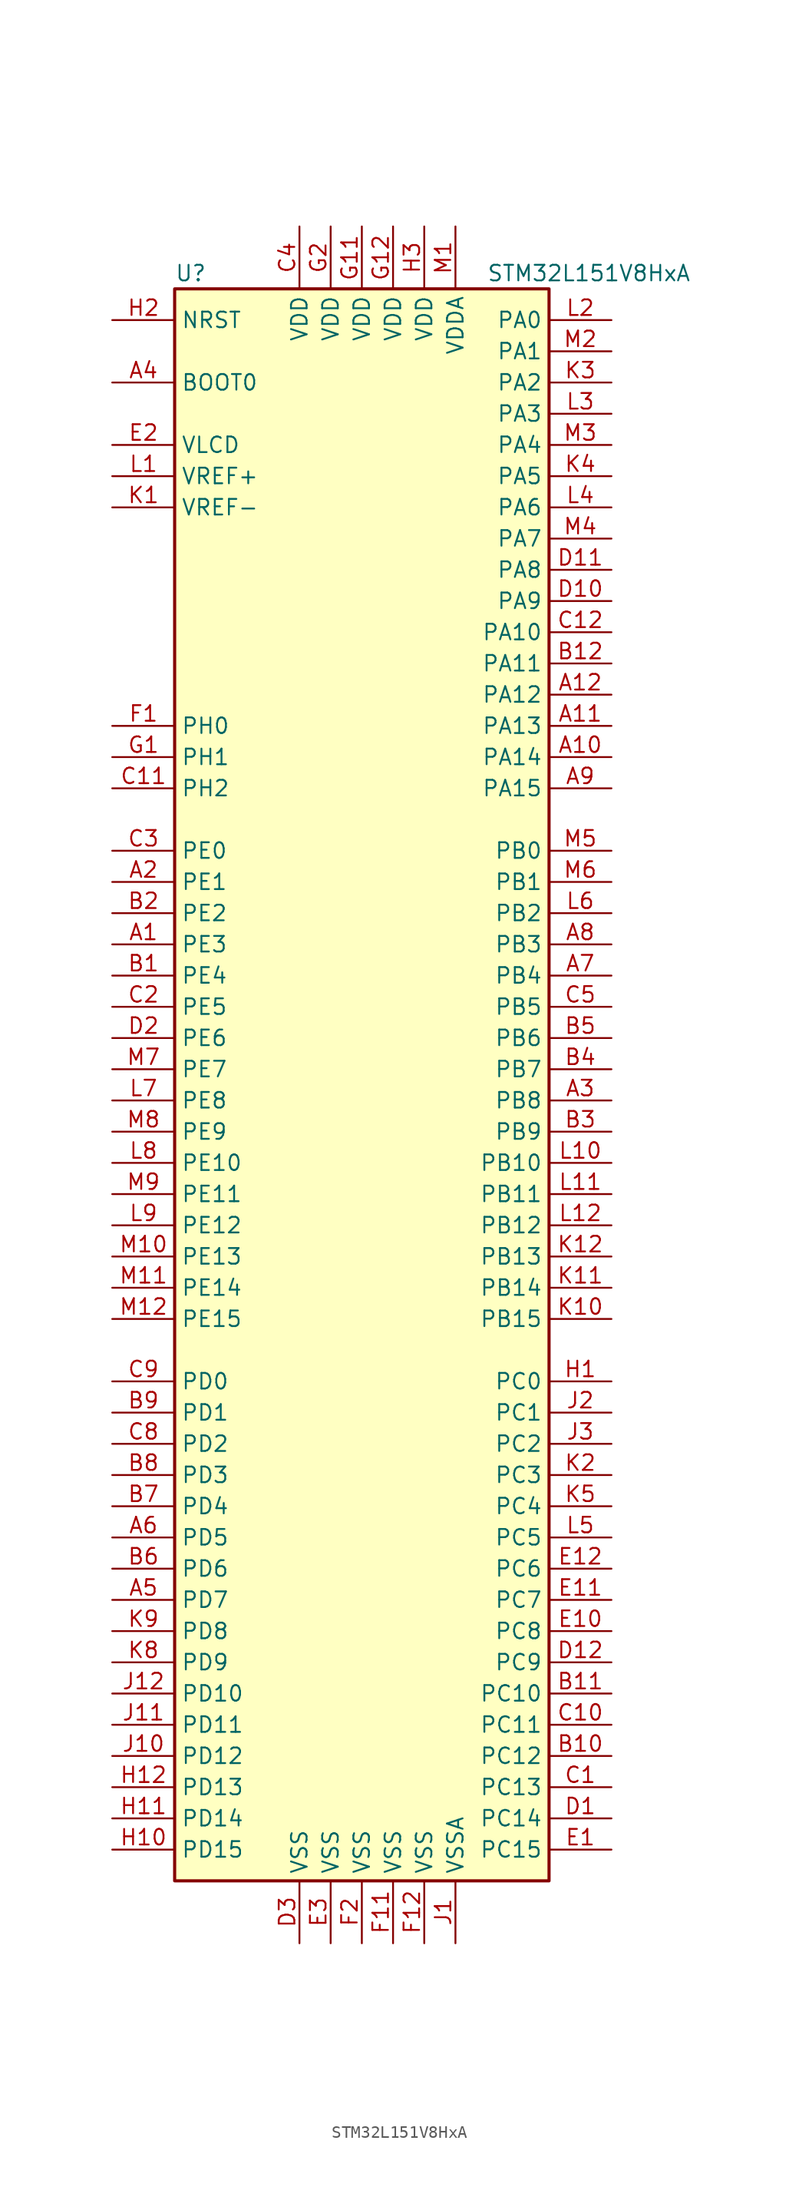
<source format=kicad_sym>
(kicad_symbol_lib
  (version 20211014)
  (generator kicad_symbol_editor)
  (symbol "STM32L151V8HxA"
    (property "Reference" "U"
      (at -15.24 64.77 0)
      (effects (font (size 1.27 1.27)) (justify left)))
    (property "Value" "STM32L151V8HxA"
      (at 10.16 64.77 0)
      (effects (font (size 1.27 1.27)) (justify left)))
    (symbol "STM32L151V8HxA_0_1"
      (rectangle (start -15.24 -66.04) (end 15.24 63.5) (stroke (width 0.254) (type default) (color 0 0 0 0)) (fill (type background))))
    (symbol "STM32L151V8HxA_1_1"
      (pin bidirectional line (at -20.32 10.16 0) (length 5.08) (name "PE3" (effects (font (size 1.27 1.27)))) (number "A1" (effects (font (size 1.27 1.27)))))
      (pin bidirectional line (at 20.32 25.4 180) (length 5.08) (name "PA14" (effects (font (size 1.27 1.27)))) (number "A10" (effects (font (size 1.27 1.27)))))
      (pin bidirectional line (at 20.32 27.94 180) (length 5.08) (name "PA13" (effects (font (size 1.27 1.27)))) (number "A11" (effects (font (size 1.27 1.27)))))
      (pin bidirectional line (at 20.32 30.48 180) (length 5.08) (name "PA12" (effects (font (size 1.27 1.27)))) (number "A12" (effects (font (size 1.27 1.27)))))
      (pin bidirectional line (at -20.32 15.24 0) (length 5.08) (name "PE1" (effects (font (size 1.27 1.27)))) (number "A2" (effects (font (size 1.27 1.27)))))
      (pin bidirectional line (at 20.32 -2.54 180) (length 5.08) (name "PB8" (effects (font (size 1.27 1.27)))) (number "A3" (effects (font (size 1.27 1.27)))))
      (pin input line (at -20.32 55.88 0) (length 5.08) (name "BOOT0" (effects (font (size 1.27 1.27)))) (number "A4" (effects (font (size 1.27 1.27)))))
      (pin bidirectional line (at -20.32 -43.18 0) (length 5.08) (name "PD7" (effects (font (size 1.27 1.27)))) (number "A5" (effects (font (size 1.27 1.27)))))
      (pin bidirectional line (at -20.32 -38.1 0) (length 5.08) (name "PD5" (effects (font (size 1.27 1.27)))) (number "A6" (effects (font (size 1.27 1.27)))))
      (pin bidirectional line (at 20.32 7.62 180) (length 5.08) (name "PB4" (effects (font (size 1.27 1.27)))) (number "A7" (effects (font (size 1.27 1.27)))))
      (pin bidirectional line (at 20.32 10.16 180) (length 5.08) (name "PB3" (effects (font (size 1.27 1.27)))) (number "A8" (effects (font (size 1.27 1.27)))))
      (pin bidirectional line (at 20.32 22.86 180) (length 5.08) (name "PA15" (effects (font (size 1.27 1.27)))) (number "A9" (effects (font (size 1.27 1.27)))))
      (pin bidirectional line (at -20.32 7.62 0) (length 5.08) (name "PE4" (effects (font (size 1.27 1.27)))) (number "B1" (effects (font (size 1.27 1.27)))))
      (pin bidirectional line (at 20.32 -55.88 180) (length 5.08) (name "PC12" (effects (font (size 1.27 1.27)))) (number "B10" (effects (font (size 1.27 1.27)))))
      (pin bidirectional line (at 20.32 -50.8 180) (length 5.08) (name "PC10" (effects (font (size 1.27 1.27)))) (number "B11" (effects (font (size 1.27 1.27)))))
      (pin bidirectional line (at 20.32 33.02 180) (length 5.08) (name "PA11" (effects (font (size 1.27 1.27)))) (number "B12" (effects (font (size 1.27 1.27)))))
      (pin bidirectional line (at -20.32 12.7 0) (length 5.08) (name "PE2" (effects (font (size 1.27 1.27)))) (number "B2" (effects (font (size 1.27 1.27)))))
      (pin bidirectional line (at 20.32 -5.08 180) (length 5.08) (name "PB9" (effects (font (size 1.27 1.27)))) (number "B3" (effects (font (size 1.27 1.27)))))
      (pin bidirectional line (at 20.32 0 180) (length 5.08) (name "PB7" (effects (font (size 1.27 1.27)))) (number "B4" (effects (font (size 1.27 1.27)))))
      (pin bidirectional line (at 20.32 2.54 180) (length 5.08) (name "PB6" (effects (font (size 1.27 1.27)))) (number "B5" (effects (font (size 1.27 1.27)))))
      (pin bidirectional line (at -20.32 -40.64 0) (length 5.08) (name "PD6" (effects (font (size 1.27 1.27)))) (number "B6" (effects (font (size 1.27 1.27)))))
      (pin bidirectional line (at -20.32 -35.56 0) (length 5.08) (name "PD4" (effects (font (size 1.27 1.27)))) (number "B7" (effects (font (size 1.27 1.27)))))
      (pin bidirectional line (at -20.32 -33.02 0) (length 5.08) (name "PD3" (effects (font (size 1.27 1.27)))) (number "B8" (effects (font (size 1.27 1.27)))))
      (pin bidirectional line (at -20.32 -27.94 0) (length 5.08) (name "PD1" (effects (font (size 1.27 1.27)))) (number "B9" (effects (font (size 1.27 1.27)))))
      (pin bidirectional line (at 20.32 -58.42 180) (length 5.08) (name "PC13" (effects (font (size 1.27 1.27)))) (number "C1" (effects (font (size 1.27 1.27)))))
      (pin bidirectional line (at 20.32 -53.34 180) (length 5.08) (name "PC11" (effects (font (size 1.27 1.27)))) (number "C10" (effects (font (size 1.27 1.27)))))
      (pin bidirectional line (at -20.32 22.86 0) (length 5.08) (name "PH2" (effects (font (size 1.27 1.27)))) (number "C11" (effects (font (size 1.27 1.27)))))
      (pin bidirectional line (at 20.32 35.56 180) (length 5.08) (name "PA10" (effects (font (size 1.27 1.27)))) (number "C12" (effects (font (size 1.27 1.27)))))
      (pin bidirectional line (at -20.32 5.08 0) (length 5.08) (name "PE5" (effects (font (size 1.27 1.27)))) (number "C2" (effects (font (size 1.27 1.27)))))
      (pin bidirectional line (at -20.32 17.78 0) (length 5.08) (name "PE0" (effects (font (size 1.27 1.27)))) (number "C3" (effects (font (size 1.27 1.27)))))
      (pin power_in line (at -5.08 68.58 270) (length 5.08) (name "VDD" (effects (font (size 1.27 1.27)))) (number "C4" (effects (font (size 1.27 1.27)))))
      (pin bidirectional line (at 20.32 5.08 180) (length 5.08) (name "PB5" (effects (font (size 1.27 1.27)))) (number "C5" (effects (font (size 1.27 1.27)))))
      (pin bidirectional line (at -20.32 -30.48 0) (length 5.08) (name "PD2" (effects (font (size 1.27 1.27)))) (number "C8" (effects (font (size 1.27 1.27)))))
      (pin bidirectional line (at -20.32 -25.4 0) (length 5.08) (name "PD0" (effects (font (size 1.27 1.27)))) (number "C9" (effects (font (size 1.27 1.27)))))
      (pin bidirectional line (at 20.32 -60.96 180) (length 5.08) (name "PC14" (effects (font (size 1.27 1.27)))) (number "D1" (effects (font (size 1.27 1.27)))))
      (pin bidirectional line (at 20.32 38.1 180) (length 5.08) (name "PA9" (effects (font (size 1.27 1.27)))) (number "D10" (effects (font (size 1.27 1.27)))))
      (pin bidirectional line (at 20.32 40.64 180) (length 5.08) (name "PA8" (effects (font (size 1.27 1.27)))) (number "D11" (effects (font (size 1.27 1.27)))))
      (pin bidirectional line (at 20.32 -48.26 180) (length 5.08) (name "PC9" (effects (font (size 1.27 1.27)))) (number "D12" (effects (font (size 1.27 1.27)))))
      (pin bidirectional line (at -20.32 2.54 0) (length 5.08) (name "PE6" (effects (font (size 1.27 1.27)))) (number "D2" (effects (font (size 1.27 1.27)))))
      (pin power_in line (at -5.08 -71.12 90) (length 5.08) (name "VSS" (effects (font (size 1.27 1.27)))) (number "D3" (effects (font (size 1.27 1.27)))))
      (pin bidirectional line (at 20.32 -63.5 180) (length 5.08) (name "PC15" (effects (font (size 1.27 1.27)))) (number "E1" (effects (font (size 1.27 1.27)))))
      (pin bidirectional line (at 20.32 -45.72 180) (length 5.08) (name "PC8" (effects (font (size 1.27 1.27)))) (number "E10" (effects (font (size 1.27 1.27)))))
      (pin bidirectional line (at 20.32 -43.18 180) (length 5.08) (name "PC7" (effects (font (size 1.27 1.27)))) (number "E11" (effects (font (size 1.27 1.27)))))
      (pin bidirectional line (at 20.32 -40.64 180) (length 5.08) (name "PC6" (effects (font (size 1.27 1.27)))) (number "E12" (effects (font (size 1.27 1.27)))))
      (pin power_in line (at -20.32 50.8 0) (length 5.08) (name "VLCD" (effects (font (size 1.27 1.27)))) (number "E2" (effects (font (size 1.27 1.27)))))
      (pin power_in line (at -2.54 -71.12 90) (length 5.08) (name "VSS" (effects (font (size 1.27 1.27)))) (number "E3" (effects (font (size 1.27 1.27)))))
      (pin input line (at -20.32 27.94 0) (length 5.08) (name "PH0" (effects (font (size 1.27 1.27)))) (number "F1" (effects (font (size 1.27 1.27)))))
      (pin power_in line (at 2.54 -71.12 90) (length 5.08) (name "VSS" (effects (font (size 1.27 1.27)))) (number "F11" (effects (font (size 1.27 1.27)))))
      (pin power_in line (at 5.08 -71.12 90) (length 5.08) (name "VSS" (effects (font (size 1.27 1.27)))) (number "F12" (effects (font (size 1.27 1.27)))))
      (pin power_in line (at 0 -71.12 90) (length 5.08) (name "VSS" (effects (font (size 1.27 1.27)))) (number "F2" (effects (font (size 1.27 1.27)))))
      (pin input line (at -20.32 25.4 0) (length 5.08) (name "PH1" (effects (font (size 1.27 1.27)))) (number "G1" (effects (font (size 1.27 1.27)))))
      (pin power_in line (at 0 68.58 270) (length 5.08) (name "VDD" (effects (font (size 1.27 1.27)))) (number "G11" (effects (font (size 1.27 1.27)))))
      (pin power_in line (at 2.54 68.58 270) (length 5.08) (name "VDD" (effects (font (size 1.27 1.27)))) (number "G12" (effects (font (size 1.27 1.27)))))
      (pin power_in line (at -2.54 68.58 270) (length 5.08) (name "VDD" (effects (font (size 1.27 1.27)))) (number "G2" (effects (font (size 1.27 1.27)))))
      (pin bidirectional line (at 20.32 -25.4 180) (length 5.08) (name "PC0" (effects (font (size 1.27 1.27)))) (number "H1" (effects (font (size 1.27 1.27)))))
      (pin bidirectional line (at -20.32 -63.5 0) (length 5.08) (name "PD15" (effects (font (size 1.27 1.27)))) (number "H10" (effects (font (size 1.27 1.27)))))
      (pin bidirectional line (at -20.32 -60.96 0) (length 5.08) (name "PD14" (effects (font (size 1.27 1.27)))) (number "H11" (effects (font (size 1.27 1.27)))))
      (pin bidirectional line (at -20.32 -58.42 0) (length 5.08) (name "PD13" (effects (font (size 1.27 1.27)))) (number "H12" (effects (font (size 1.27 1.27)))))
      (pin input line (at -20.32 60.96 0) (length 5.08) (name "NRST" (effects (font (size 1.27 1.27)))) (number "H2" (effects (font (size 1.27 1.27)))))
      (pin power_in line (at 5.08 68.58 270) (length 5.08) (name "VDD" (effects (font (size 1.27 1.27)))) (number "H3" (effects (font (size 1.27 1.27)))))
      (pin power_in line (at 7.62 -71.12 90) (length 5.08) (name "VSSA" (effects (font (size 1.27 1.27)))) (number "J1" (effects (font (size 1.27 1.27)))))
      (pin bidirectional line (at -20.32 -55.88 0) (length 5.08) (name "PD12" (effects (font (size 1.27 1.27)))) (number "J10" (effects (font (size 1.27 1.27)))))
      (pin bidirectional line (at -20.32 -53.34 0) (length 5.08) (name "PD11" (effects (font (size 1.27 1.27)))) (number "J11" (effects (font (size 1.27 1.27)))))
      (pin bidirectional line (at -20.32 -50.8 0) (length 5.08) (name "PD10" (effects (font (size 1.27 1.27)))) (number "J12" (effects (font (size 1.27 1.27)))))
      (pin bidirectional line (at 20.32 -27.94 180) (length 5.08) (name "PC1" (effects (font (size 1.27 1.27)))) (number "J2" (effects (font (size 1.27 1.27)))))
      (pin bidirectional line (at 20.32 -30.48 180) (length 5.08) (name "PC2" (effects (font (size 1.27 1.27)))) (number "J3" (effects (font (size 1.27 1.27)))))
      (pin power_in line (at -20.32 45.72 0) (length 5.08) (name "VREF-" (effects (font (size 1.27 1.27)))) (number "K1" (effects (font (size 1.27 1.27)))))
      (pin bidirectional line (at 20.32 -20.32 180) (length 5.08) (name "PB15" (effects (font (size 1.27 1.27)))) (number "K10" (effects (font (size 1.27 1.27)))))
      (pin bidirectional line (at 20.32 -17.78 180) (length 5.08) (name "PB14" (effects (font (size 1.27 1.27)))) (number "K11" (effects (font (size 1.27 1.27)))))
      (pin bidirectional line (at 20.32 -15.24 180) (length 5.08) (name "PB13" (effects (font (size 1.27 1.27)))) (number "K12" (effects (font (size 1.27 1.27)))))
      (pin bidirectional line (at 20.32 -33.02 180) (length 5.08) (name "PC3" (effects (font (size 1.27 1.27)))) (number "K2" (effects (font (size 1.27 1.27)))))
      (pin bidirectional line (at 20.32 55.88 180) (length 5.08) (name "PA2" (effects (font (size 1.27 1.27)))) (number "K3" (effects (font (size 1.27 1.27)))))
      (pin bidirectional line (at 20.32 48.26 180) (length 5.08) (name "PA5" (effects (font (size 1.27 1.27)))) (number "K4" (effects (font (size 1.27 1.27)))))
      (pin bidirectional line (at 20.32 -35.56 180) (length 5.08) (name "PC4" (effects (font (size 1.27 1.27)))) (number "K5" (effects (font (size 1.27 1.27)))))
      (pin bidirectional line (at -20.32 -48.26 0) (length 5.08) (name "PD9" (effects (font (size 1.27 1.27)))) (number "K8" (effects (font (size 1.27 1.27)))))
      (pin bidirectional line (at -20.32 -45.72 0) (length 5.08) (name "PD8" (effects (font (size 1.27 1.27)))) (number "K9" (effects (font (size 1.27 1.27)))))
      (pin power_in line (at -20.32 48.26 0) (length 5.08) (name "VREF+" (effects (font (size 1.27 1.27)))) (number "L1" (effects (font (size 1.27 1.27)))))
      (pin bidirectional line (at 20.32 -7.62 180) (length 5.08) (name "PB10" (effects (font (size 1.27 1.27)))) (number "L10" (effects (font (size 1.27 1.27)))))
      (pin bidirectional line (at 20.32 -10.16 180) (length 5.08) (name "PB11" (effects (font (size 1.27 1.27)))) (number "L11" (effects (font (size 1.27 1.27)))))
      (pin bidirectional line (at 20.32 -12.7 180) (length 5.08) (name "PB12" (effects (font (size 1.27 1.27)))) (number "L12" (effects (font (size 1.27 1.27)))))
      (pin bidirectional line (at 20.32 60.96 180) (length 5.08) (name "PA0" (effects (font (size 1.27 1.27)))) (number "L2" (effects (font (size 1.27 1.27)))))
      (pin bidirectional line (at 20.32 53.34 180) (length 5.08) (name "PA3" (effects (font (size 1.27 1.27)))) (number "L3" (effects (font (size 1.27 1.27)))))
      (pin bidirectional line (at 20.32 45.72 180) (length 5.08) (name "PA6" (effects (font (size 1.27 1.27)))) (number "L4" (effects (font (size 1.27 1.27)))))
      (pin bidirectional line (at 20.32 -38.1 180) (length 5.08) (name "PC5" (effects (font (size 1.27 1.27)))) (number "L5" (effects (font (size 1.27 1.27)))))
      (pin bidirectional line (at 20.32 12.7 180) (length 5.08) (name "PB2" (effects (font (size 1.27 1.27)))) (number "L6" (effects (font (size 1.27 1.27)))))
      (pin bidirectional line (at -20.32 -2.54 0) (length 5.08) (name "PE8" (effects (font (size 1.27 1.27)))) (number "L7" (effects (font (size 1.27 1.27)))))
      (pin bidirectional line (at -20.32 -7.62 0) (length 5.08) (name "PE10" (effects (font (size 1.27 1.27)))) (number "L8" (effects (font (size 1.27 1.27)))))
      (pin bidirectional line (at -20.32 -12.7 0) (length 5.08) (name "PE12" (effects (font (size 1.27 1.27)))) (number "L9" (effects (font (size 1.27 1.27)))))
      (pin power_in line (at 7.62 68.58 270) (length 5.08) (name "VDDA" (effects (font (size 1.27 1.27)))) (number "M1" (effects (font (size 1.27 1.27)))))
      (pin bidirectional line (at -20.32 -15.24 0) (length 5.08) (name "PE13" (effects (font (size 1.27 1.27)))) (number "M10" (effects (font (size 1.27 1.27)))))
      (pin bidirectional line (at -20.32 -17.78 0) (length 5.08) (name "PE14" (effects (font (size 1.27 1.27)))) (number "M11" (effects (font (size 1.27 1.27)))))
      (pin bidirectional line (at -20.32 -20.32 0) (length 5.08) (name "PE15" (effects (font (size 1.27 1.27)))) (number "M12" (effects (font (size 1.27 1.27)))))
      (pin bidirectional line (at 20.32 58.42 180) (length 5.08) (name "PA1" (effects (font (size 1.27 1.27)))) (number "M2" (effects (font (size 1.27 1.27)))))
      (pin bidirectional line (at 20.32 50.8 180) (length 5.08) (name "PA4" (effects (font (size 1.27 1.27)))) (number "M3" (effects (font (size 1.27 1.27)))))
      (pin bidirectional line (at 20.32 43.18 180) (length 5.08) (name "PA7" (effects (font (size 1.27 1.27)))) (number "M4" (effects (font (size 1.27 1.27)))))
      (pin bidirectional line (at 20.32 17.78 180) (length 5.08) (name "PB0" (effects (font (size 1.27 1.27)))) (number "M5" (effects (font (size 1.27 1.27)))))
      (pin bidirectional line (at 20.32 15.24 180) (length 5.08) (name "PB1" (effects (font (size 1.27 1.27)))) (number "M6" (effects (font (size 1.27 1.27)))))
      (pin bidirectional line (at -20.32 0 0) (length 5.08) (name "PE7" (effects (font (size 1.27 1.27)))) (number "M7" (effects (font (size 1.27 1.27)))))
      (pin bidirectional line (at -20.32 -5.08 0) (length 5.08) (name "PE9" (effects (font (size 1.27 1.27)))) (number "M8" (effects (font (size 1.27 1.27)))))
      (pin bidirectional line (at -20.32 -10.16 0) (length 5.08) (name "PE11" (effects (font (size 1.27 1.27)))) (number "M9" (effects (font (size 1.27 1.27))))))))
</source>
